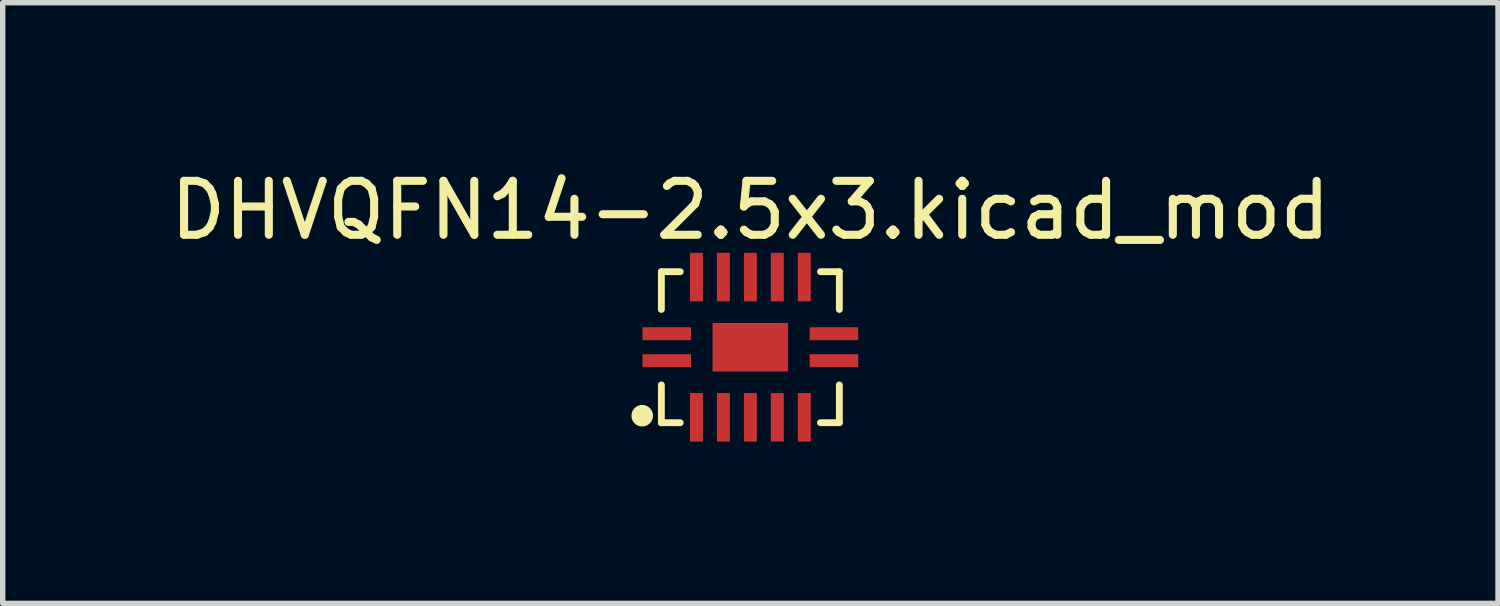
<source format=kicad_pcb>
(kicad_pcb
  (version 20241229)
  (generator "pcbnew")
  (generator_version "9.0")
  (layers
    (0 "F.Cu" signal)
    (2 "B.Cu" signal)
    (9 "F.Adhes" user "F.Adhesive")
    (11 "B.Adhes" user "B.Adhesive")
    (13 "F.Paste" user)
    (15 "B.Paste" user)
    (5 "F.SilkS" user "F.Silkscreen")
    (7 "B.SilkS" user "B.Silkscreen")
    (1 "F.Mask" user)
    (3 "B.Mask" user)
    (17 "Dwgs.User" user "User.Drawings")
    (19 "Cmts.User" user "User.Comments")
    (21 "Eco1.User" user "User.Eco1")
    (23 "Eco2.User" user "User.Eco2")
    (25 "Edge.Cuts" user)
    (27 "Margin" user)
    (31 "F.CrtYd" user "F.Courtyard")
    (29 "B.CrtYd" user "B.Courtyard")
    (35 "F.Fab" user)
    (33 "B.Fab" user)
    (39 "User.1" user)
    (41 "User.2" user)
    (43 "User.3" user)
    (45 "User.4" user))
  (footprint "DHVQFN14-2.5x3.kicad_mod"
    (layer "F.Cu")
    (at 10.863 3.388)
    (property "Reference" "DHVQFN14-2.5x3.kicad_mod" (at 0 -2.54 0) (layer "F.SilkS") (effects (font (size 1 1) (thickness 0.15))))
    (attr through_hole)
    (fp_line (start -1.65 -1.4) (end -1.65 -0.7) (stroke (width 0.127) (type solid)) (layer "F.SilkS"))
    (fp_line (start -1.65 -1.4) (end -1.3 -1.4) (stroke (width 0.127) (type solid)) (layer "F.SilkS"))
    (fp_line (start -1.65 0.7) (end -1.65 1.4) (stroke (width 0.127) (type solid)) (layer "F.SilkS"))
    (fp_line (start -1.65 1.4) (end -1.3 1.4) (stroke (width 0.127) (type solid)) (layer "F.SilkS"))
    (fp_line (start 1.3 -1.4) (end 1.65 -1.4) (stroke (width 0.127) (type solid)) (layer "F.SilkS"))
    (fp_line (start 1.3 1.4) (end 1.65 1.4) (stroke (width 0.127) (type solid)) (layer "F.SilkS"))
    (fp_line (start 1.65 -1.4) (end 1.65 -0.7) (stroke (width 0.127) (type solid)) (layer "F.SilkS"))
    (fp_line (start 1.65 0.7) (end 1.65 1.4) (stroke (width 0.127) (type solid)) (layer "F.SilkS"))
    (fp_circle (center -2.005 1.27) (end -1.905 1.27) (stroke (width 0.2) (type solid)) (fill no) (layer "F.SilkS"))
    (pad "1" smd rect (at -1.55 0.25) (size 0.9 0.24) (layers "F.Cu" "F.Mask" "F.Paste"))
    (pad "2" smd rect (at -1 1.3) (size 0.24 0.9) (layers "F.Cu" "F.Mask" "F.Paste"))
    (pad "3" smd rect (at -0.5 1.3) (size 0.24 0.9) (layers "F.Cu" "F.Mask" "F.Paste"))
    (pad "4" smd rect (at 0 1.3) (size 0.24 0.9) (layers "F.Cu" "F.Mask" "F.Paste"))
    (pad "5" smd rect (at 0.5 1.3) (size 0.24 0.9) (layers "F.Cu" "F.Mask" "F.Paste"))
    (pad "6" smd rect (at 1 1.3) (size 0.24 0.9) (layers "F.Cu" "F.Mask" "F.Paste"))
    (pad "7" smd rect (at 1.55 0.25) (size 0.9 0.24) (layers "F.Cu" "F.Mask" "F.Paste"))
    (pad "8" smd rect (at 1.55 -0.25) (size 0.9 0.24) (layers "F.Cu" "F.Mask" "F.Paste"))
    (pad "9" smd rect (at 1 -1.3) (size 0.24 0.9) (layers "F.Cu" "F.Mask" "F.Paste"))
    (pad "10" smd rect (at 0.5 -1.3) (size 0.24 0.9) (layers "F.Cu" "F.Mask" "F.Paste"))
    (pad "11" smd rect (at 0 -1.3) (size 0.24 0.9) (layers "F.Cu" "F.Mask" "F.Paste"))
    (pad "12" smd rect (at -0.5 -1.3) (size 0.24 0.9) (layers "F.Cu" "F.Mask" "F.Paste"))
    (pad "13" smd rect (at -1 -1.3) (size 0.24 0.9) (layers "F.Cu" "F.Mask" "F.Paste"))
    (pad "14" smd rect (at -1.55 -0.25) (size 0.9 0.24) (layers "F.Cu" "F.Mask" "F.Paste"))
    (pad "15" smd rect (at 0 0) (size 1.4 0.9) (layers "F.Cu" "F.Mask" "F.Paste")))
  (gr_rect
    (start -3 -3)
    (end 24.726 8.138)
    (stroke (width 0.1) (type default))
    (fill no)
    (layer "Edge.Cuts")))
</source>
